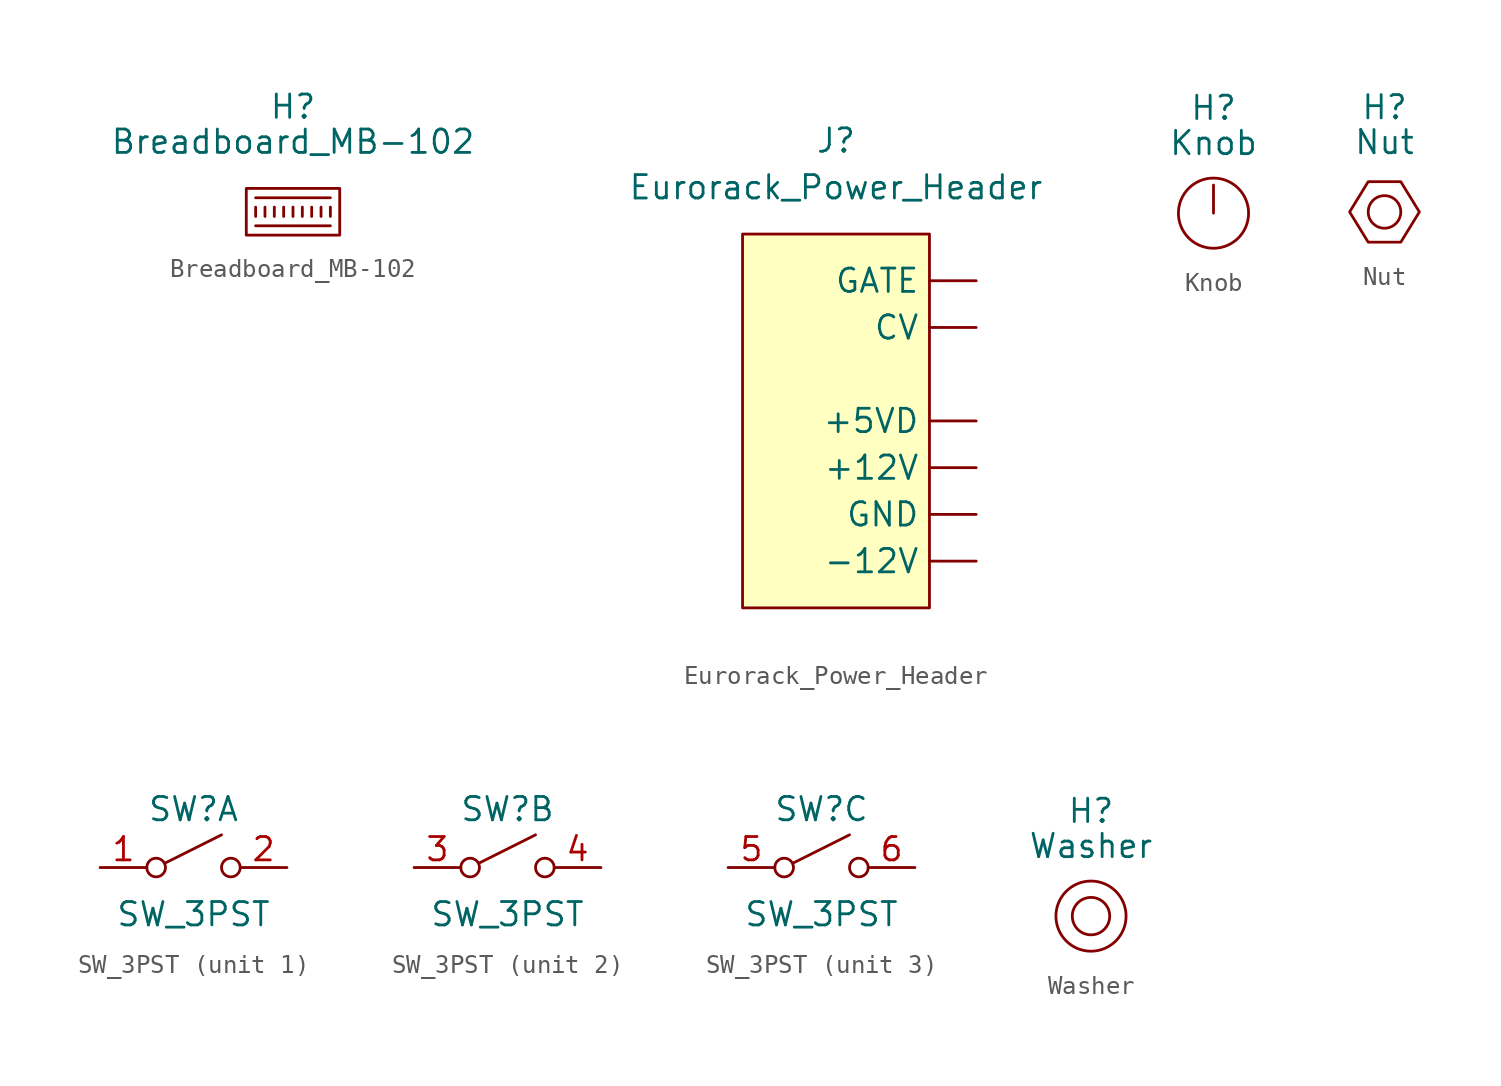
<source format=kicad_sym>
(kicad_symbol_lib
  (version 20211014)
  (generator kicad_symbol_editor)
  (symbol "Breadboard_MB-102"
    (property "Reference" "H"
      (at 0 5.715 0)
      (effects (font (size 1.27 1.27))))
    (property "Value" "Breadboard_MB-102"
      (at 0 3.81 0)
      (effects (font (size 1.27 1.27))))
    (symbol "Breadboard_MB-102_0_1"
      (rectangle (start -2.54 1.27) (end 2.54 -1.27) (stroke (width 0.152) (type default) (color 0 0 0 0)) (fill (type none)))
      (polyline (pts (xy -2.032 -0.762) (xy 2.032 -0.762)) (stroke (width 0.152) (type default) (color 0 0 0 0)) (fill (type none)))
      (polyline (pts (xy -2.032 -0.254) (xy -2.032 0.254)) (stroke (width 0.152) (type default) (color 0 0 0 0)) (fill (type none)))
      (polyline (pts (xy -2.032 0.762) (xy 2.032 0.762)) (stroke (width 0.152) (type default) (color 0 0 0 0)) (fill (type none)))
      (polyline (pts (xy -1.524 -0.254) (xy -1.524 0.254)) (stroke (width 0.152) (type default) (color 0 0 0 0)) (fill (type none)))
      (polyline (pts (xy -1.016 -0.254) (xy -1.016 0.254)) (stroke (width 0.152) (type default) (color 0 0 0 0)) (fill (type none)))
      (polyline (pts (xy -0.508 -0.254) (xy -0.508 0.254)) (stroke (width 0.152) (type default) (color 0 0 0 0)) (fill (type none)))
      (polyline (pts (xy 0 -0.254) (xy 0 0.254)) (stroke (width 0.152) (type default) (color 0 0 0 0)) (fill (type none)))
      (polyline (pts (xy 0.508 -0.254) (xy 0.508 0.254)) (stroke (width 0.152) (type default) (color 0 0 0 0)) (fill (type none)))
      (polyline (pts (xy 1.016 -0.254) (xy 1.016 0.254)) (stroke (width 0.152) (type default) (color 0 0 0 0)) (fill (type none)))
      (polyline (pts (xy 1.524 -0.254) (xy 1.524 0.254)) (stroke (width 0.152) (type default) (color 0 0 0 0)) (fill (type none)))
      (polyline (pts (xy 2.032 -0.254) (xy 2.032 0.254)) (stroke (width 0.152) (type default) (color 0 0 0 0)) (fill (type none)))))
  (symbol "Eurorack_Power_Header"
    (pin_numbers hide)
    (property "Reference" "J"
      (at 0 15.24 0)
      (effects (font (size 1.27 1.27))))
    (property "Value" "Eurorack_Power_Header"
      (at 0 12.7 0)
      (effects (font (size 1.27 1.27))))
    (symbol "Eurorack_Power_Header_0_1"
      (rectangle (start -5.08 10.16) (end 5.08 -10.16) (stroke (width 0.152) (type default) (color 0 0 0 0)) (fill (type background))))
    (symbol "Eurorack_Power_Header_1_1"
      (pin power_out line (at 7.62 -2.54 180) (length 2.54) (name "+12V" (effects (font (size 1.27 1.27)))) (number "+12V" (effects (font (size 1.27 1.27)))))
      (pin power_out line (at 7.62 0 180) (length 2.54) (name "+5VD" (effects (font (size 1.27 1.27)))) (number "+5VD" (effects (font (size 1.27 1.27)))))
      (pin power_out line (at 7.62 -7.62 180) (length 2.54) (name "-12V" (effects (font (size 1.27 1.27)))) (number "-12V" (effects (font (size 1.27 1.27)))))
      (pin output line (at 7.62 5.08 180) (length 2.54) (name "CV" (effects (font (size 1.27 1.27)))) (number "CV" (effects (font (size 1.27 1.27)))))
      (pin output line (at 7.62 7.62 180) (length 2.54) (name "GATE" (effects (font (size 1.27 1.27)))) (number "GATE" (effects (font (size 1.27 1.27)))))
      (pin power_out line (at 7.62 -5.08 180) (length 2.54) (name "GND" (effects (font (size 1.27 1.27)))) (number "GND" (effects (font (size 1.27 1.27)))))))
  (symbol "Knob"
    (property "Reference" "H"
      (at 0 5.715 0)
      (effects (font (size 1.27 1.27))))
    (property "Value" "Knob"
      (at 0 3.81 0)
      (effects (font (size 1.27 1.27))))
    (symbol "Knob_0_1"
      (polyline (pts (xy 0 0) (xy 0 1.524)) (stroke (width 0.152) (type default) (color 0 0 0 0)) (fill (type none)))
      (circle (center 0 0) (radius 1.905) (stroke (width 0.152) (type default) (color 0 0 0 0)) (fill (type none)))))
  (symbol "Nut"
    (property "Reference" "H"
      (at 0 5.715 0)
      (effects (font (size 1.27 1.27))))
    (property "Value" "Nut"
      (at 0 3.81 0)
      (effects (font (size 1.27 1.27))))
    (symbol "Nut_0_1"
      (polyline (pts (xy 1.905 0) (xy 0.889 1.651) (xy -0.889 1.651) (xy -1.905 0) (xy -0.889 -1.651) (xy 0.889 -1.651) (xy 1.905 0)) (stroke (width 0.152) (type default) (color 0 0 0 0)) (fill (type none)))
      (circle (center 0 0) (radius 0.889) (stroke (width 0.152) (type default) (color 0 0 0 0)) (fill (type none)))))
  (symbol "SW_3PST"
    (pin_names
      (offset 0) hide)
    (property "Reference" "SW"
      (at 0 3.175 0)
      (effects (font (size 1.27 1.27))))
    (property "Value" "SW_3PST"
      (at 0 -2.54 0)
      (effects (font (size 1.27 1.27))))
    (symbol "SW_3PST_0_0"
      (circle (center -2.032 0) (radius 0.508) (stroke (width 0) (type default) (color 0 0 0 0)) (fill (type none)))
      (polyline (pts (xy -1.524 0.254) (xy 1.524 1.778)) (stroke (width 0) (type default) (color 0 0 0 0)) (fill (type none)))
      (circle (center 2.032 0) (radius 0.508) (stroke (width 0) (type default) (color 0 0 0 0)) (fill (type none))))
    (symbol "SW_3PST_1_1"
      (pin passive line (at -5.08 0 0) (length 2.54) (name "A" (effects (font (size 1.27 1.27)))) (number "1" (effects (font (size 1.27 1.27)))))
      (pin passive line (at 5.08 0 180) (length 2.54) (name "B" (effects (font (size 1.27 1.27)))) (number "2" (effects (font (size 1.27 1.27))))))
    (symbol "SW_3PST_2_1"
      (pin passive line (at -5.08 0 0) (length 2.54) (name "A" (effects (font (size 1.27 1.27)))) (number "3" (effects (font (size 1.27 1.27)))))
      (pin passive line (at 5.08 0 180) (length 2.54) (name "B" (effects (font (size 1.27 1.27)))) (number "4" (effects (font (size 1.27 1.27))))))
    (symbol "SW_3PST_3_1"
      (pin passive line (at -5.08 0 0) (length 2.54) (name "A" (effects (font (size 1.27 1.27)))) (number "5" (effects (font (size 1.27 1.27)))))
      (pin passive line (at 5.08 0 180) (length 2.54) (name "B" (effects (font (size 1.27 1.27)))) (number "6" (effects (font (size 1.27 1.27)))))))
  (symbol "Washer"
    (property "Reference" "H"
      (at 0 5.715 0)
      (effects (font (size 1.27 1.27))))
    (property "Value" "Washer"
      (at 0 3.81 0)
      (effects (font (size 1.27 1.27))))
    (symbol "Washer_0_1"
      (circle (center 0 0) (radius 1.016) (stroke (width 0.152) (type default) (color 0 0 0 0)) (fill (type none)))
      (circle (center 0 0) (radius 1.905) (stroke (width 0.152) (type default) (color 0 0 0 0)) (fill (type none))))))
</source>
